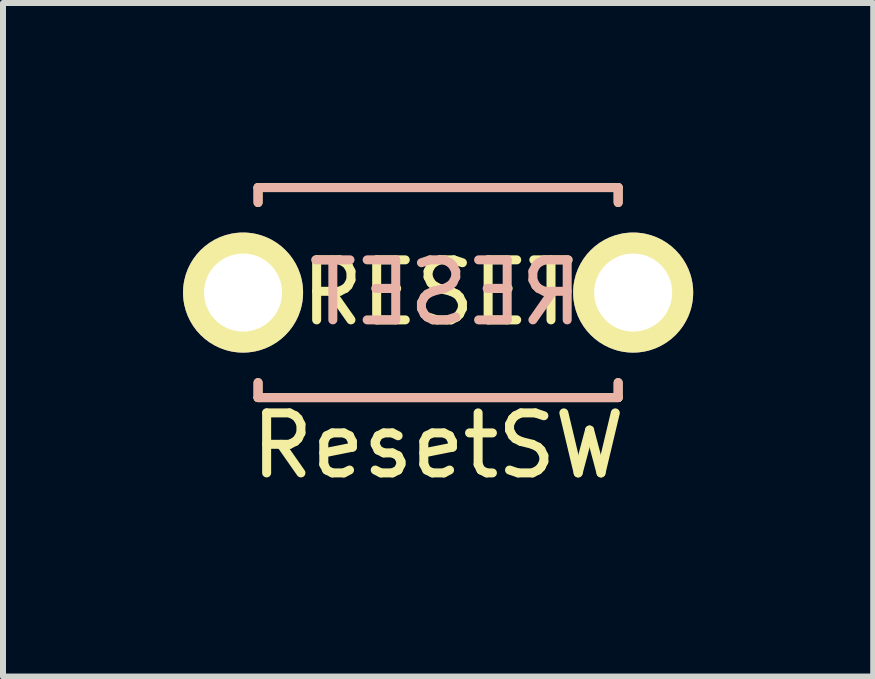
<source format=kicad_pcb>
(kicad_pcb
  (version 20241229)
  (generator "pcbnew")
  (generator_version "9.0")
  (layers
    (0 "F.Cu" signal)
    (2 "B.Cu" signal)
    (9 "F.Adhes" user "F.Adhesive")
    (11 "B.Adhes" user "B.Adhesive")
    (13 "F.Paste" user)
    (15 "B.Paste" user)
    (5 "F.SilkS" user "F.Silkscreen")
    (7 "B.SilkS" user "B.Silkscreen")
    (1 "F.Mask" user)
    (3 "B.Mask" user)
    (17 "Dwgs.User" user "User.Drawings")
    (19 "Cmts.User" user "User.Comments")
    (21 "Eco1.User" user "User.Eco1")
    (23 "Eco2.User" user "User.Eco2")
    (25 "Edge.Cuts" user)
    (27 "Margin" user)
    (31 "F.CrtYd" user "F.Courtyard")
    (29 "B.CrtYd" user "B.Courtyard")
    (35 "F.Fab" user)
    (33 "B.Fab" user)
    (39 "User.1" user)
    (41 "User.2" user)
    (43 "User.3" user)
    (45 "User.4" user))
  (footprint "ResetSW"
    (layer "F.Cu")
    (at 4.25 1.825)
    (property "Reference" "ResetSW" (at 0 2.55 0) (layer "F.SilkS") (effects (font (size 1 1) (thickness 0.15))))
    (attr through_hole)
    (fp_line (start -3 -1.75) (end -3 -1.5) (stroke (width 0.15) (type solid)) (layer "F.SilkS"))
    (fp_line (start -3 -1.75) (end 3 -1.75) (stroke (width 0.15) (type solid)) (layer "F.SilkS"))
    (fp_line (start -3 1.75) (end -3 1.5) (stroke (width 0.15) (type solid)) (layer "F.SilkS"))
    (fp_line (start -3 1.75) (end 3 1.75) (stroke (width 0.15) (type solid)) (layer "F.SilkS"))
    (fp_line (start 3 -1.75) (end 3 -1.5) (stroke (width 0.15) (type solid)) (layer "F.SilkS"))
    (fp_line (start 3 1.75) (end 3 1.5) (stroke (width 0.15) (type solid)) (layer "F.SilkS"))
    (fp_line (start -3 -1.75) (end 3 -1.75) (stroke (width 0.15) (type solid)) (layer "B.SilkS"))
    (fp_line (start -3 -1.5) (end -3 -1.75) (stroke (width 0.15) (type solid)) (layer "B.SilkS"))
    (fp_line (start -3 1.75) (end -3 1.5) (stroke (width 0.15) (type solid)) (layer "B.SilkS"))
    (fp_line (start 3 -1.75) (end 3 -1.5) (stroke (width 0.15) (type solid)) (layer "B.SilkS"))
    (fp_line (start 3 1.5) (end 3 1.75) (stroke (width 0.15) (type solid)) (layer "B.SilkS"))
    (fp_line (start 3 1.75) (end -3 1.75) (stroke (width 0.15) (type solid)) (layer "B.SilkS"))
    (fp_text user "RESET" (at 0 0 0) (layer "F.SilkS") (effects (font (size 1 1) (thickness 0.15))))
    (fp_text user "RESET" (at 0.127 0 0) (layer "B.SilkS") (effects (font (size 1 1) (thickness 0.15)) (justify mirror)))
    (pad "1" thru_hole circle (at 3.25 0) (size 2 2) (drill 1.3) (layers "*.Cu" "*.Mask" "F.SilkS"))
    (pad "2" thru_hole circle (at -3.25 0) (size 2 2) (drill 1.3) (layers "*.Cu" "*.Mask" "F.SilkS")))
  (gr_rect
    (start -3 -3)
    (end 11.5 8.223)
    (stroke (width 0.1) (type default))
    (fill no)
    (layer "Edge.Cuts")))
</source>
